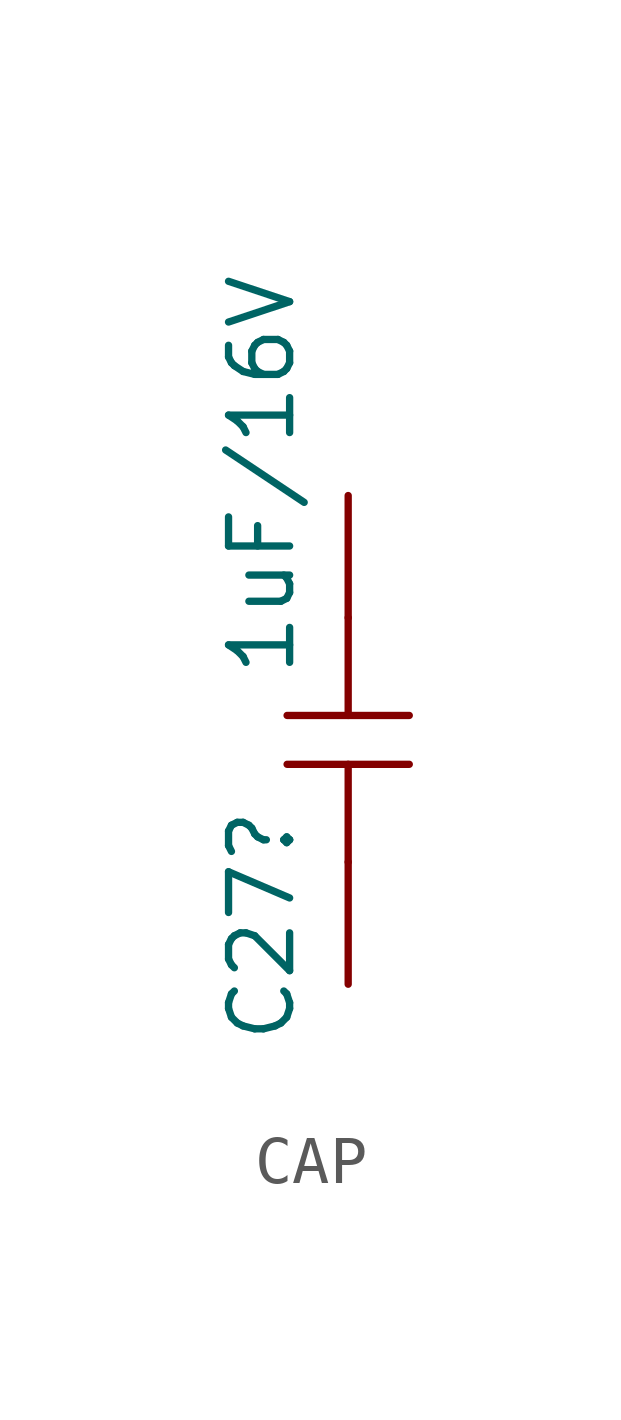
<source format=kicad_sym>
(kicad_symbol_lib
  (version 20241209)
  (generator "kicad_symbol_editor")
  (generator_version "9.0")
  (symbol "CAP"
    (pin_numbers
      (hide yes))
    (pin_names
      (hide yes))
    (property "Reference" "C27"
      (at 0 -8.89 90)
      (effects (font (size 1.27 1.27)) (justify left top)))
    (property "Value" "1uF/16V"
      (at 0 -1.27 90)
      (effects (font (size 1.27 1.27)) (justify left top)))
    (symbol "CAP_1_0"
      (polyline (pts (xy 1.27 -2.032) (xy 3.81 -2.032)) (stroke (width 0) (type default)) (fill (type none)))
      (polyline (pts (xy 1.27 -3.048) (xy 3.81 -3.048)) (stroke (width 0) (type default)) (fill (type none)))
      (polyline (pts (xy 2.54 0) (xy 2.54 -2.032)) (stroke (width 0) (type default)) (fill (type none)))
      (polyline (pts (xy 2.54 -3.048) (xy 2.54 -5.08)) (stroke (width 0) (type default)) (fill (type none)))
      (pin passive line (at 2.54 2.54 270) (length 2.54) (name "2" (effects (font (size 1.27 1.27)))) (number "2" (effects (font (size 1.27 1.27)))))
      (pin passive line (at 2.54 -7.62 90) (length 2.54) (name "1" (effects (font (size 1.27 1.27)))) (number "1" (effects (font (size 1.27 1.27))))))))
</source>
